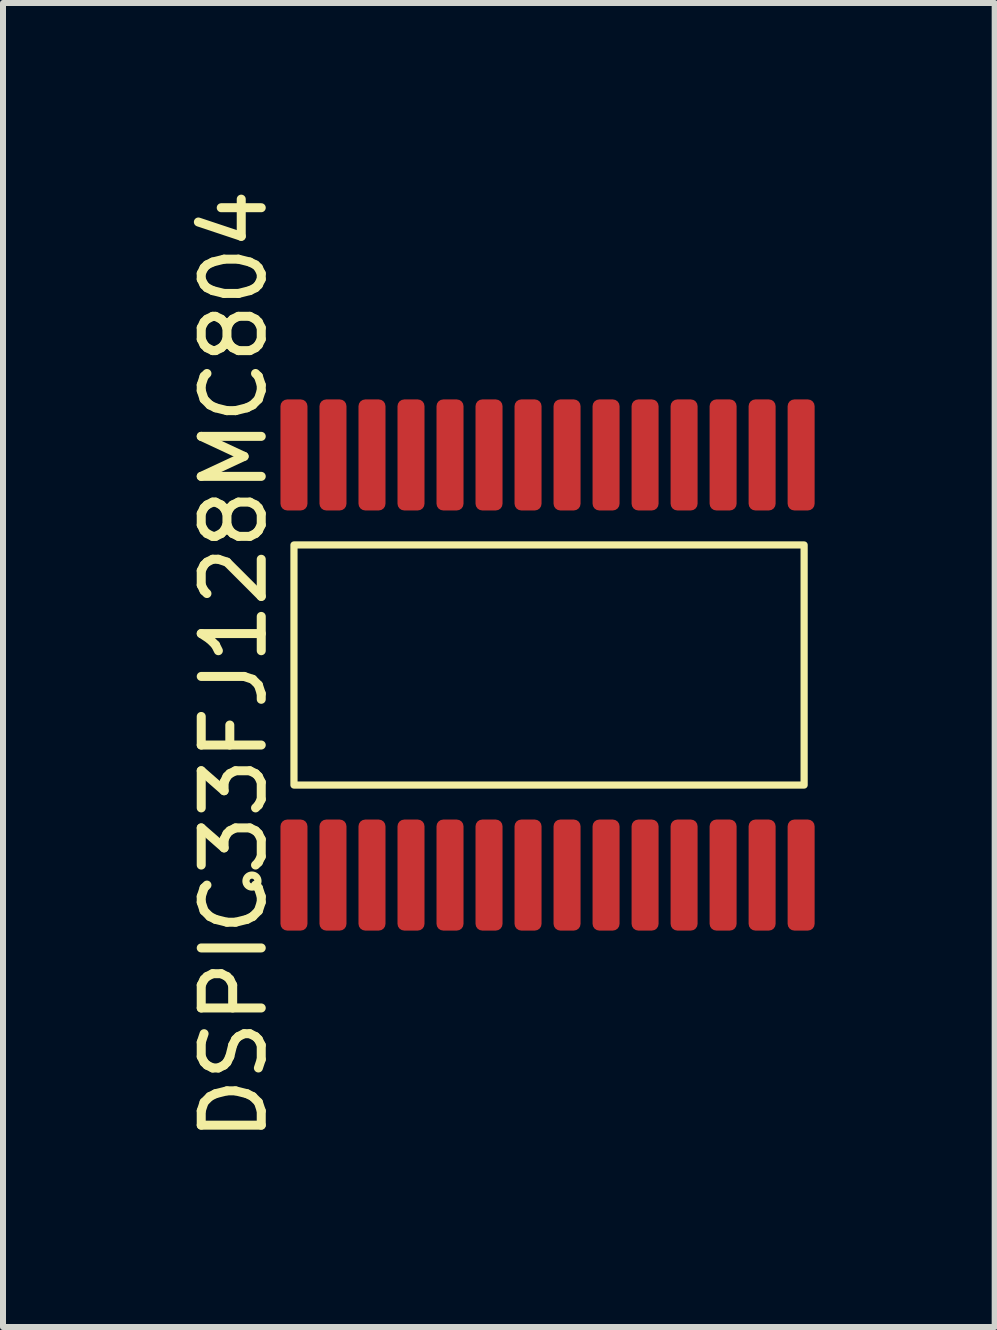
<source format=kicad_pcb>
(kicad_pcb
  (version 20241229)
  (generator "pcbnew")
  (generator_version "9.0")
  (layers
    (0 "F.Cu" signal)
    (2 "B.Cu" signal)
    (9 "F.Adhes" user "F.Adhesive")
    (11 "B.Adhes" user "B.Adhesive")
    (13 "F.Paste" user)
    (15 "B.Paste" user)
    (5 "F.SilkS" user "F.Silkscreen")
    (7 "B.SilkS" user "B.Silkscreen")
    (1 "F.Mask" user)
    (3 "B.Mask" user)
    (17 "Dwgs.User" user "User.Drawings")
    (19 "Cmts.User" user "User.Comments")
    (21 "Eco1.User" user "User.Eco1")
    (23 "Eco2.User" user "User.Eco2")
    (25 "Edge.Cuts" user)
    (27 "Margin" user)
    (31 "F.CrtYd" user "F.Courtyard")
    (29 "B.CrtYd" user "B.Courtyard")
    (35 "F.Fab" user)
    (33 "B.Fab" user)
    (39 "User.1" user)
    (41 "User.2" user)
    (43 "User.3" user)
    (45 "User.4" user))
  (footprint "DSPIC33FJ128MC804"
    (layer "F.Cu")
    (at 6.098 8.03)
    (property "Reference" "DSPIC33FJ128MC804" (at -5.25 0 90) (unlocked yes) (layer "F.SilkS") (effects (font (size 1 1) (thickness 0.15))))
    (attr smd)
    (fp_rect (start -4.25 -2) (end 4.25 2) (stroke (width 0.12) (type solid)) (fill no) (layer "F.SilkS"))
    (fp_circle (center -4.95 3.6) (end -4.95 3.5) (stroke (width 0.12) (type solid)) (fill no) (layer "F.SilkS"))
    (pad "1" smd roundrect (at -4.25 3.5) (size 0.45 1.85) (layers "F.Cu" "F.Mask" "F.Paste") (roundrect_rratio 0.25))
    (pad "2" smd roundrect (at -3.6 3.5) (size 0.45 1.85) (layers "F.Cu" "F.Mask" "F.Paste") (roundrect_rratio 0.25))
    (pad "3" smd roundrect (at -2.95 3.5) (size 0.45 1.85) (layers "F.Cu" "F.Mask" "F.Paste") (roundrect_rratio 0.25))
    (pad "4" smd roundrect (at -2.3 3.5) (size 0.45 1.85) (layers "F.Cu" "F.Mask" "F.Paste") (roundrect_rratio 0.25))
    (pad "5" smd roundrect (at -1.65 3.5) (size 0.45 1.85) (layers "F.Cu" "F.Mask" "F.Paste") (roundrect_rratio 0.25))
    (pad "6" smd roundrect (at -1 3.5) (size 0.45 1.85) (layers "F.Cu" "F.Mask" "F.Paste") (roundrect_rratio 0.25))
    (pad "7" smd roundrect (at -0.35 3.5) (size 0.45 1.85) (layers "F.Cu" "F.Mask" "F.Paste") (roundrect_rratio 0.25))
    (pad "8" smd roundrect (at 0.3 3.5) (size 0.45 1.85) (layers "F.Cu" "F.Mask" "F.Paste") (roundrect_rratio 0.25))
    (pad "9" smd roundrect (at 0.95 3.5) (size 0.45 1.85) (layers "F.Cu" "F.Mask" "F.Paste") (roundrect_rratio 0.25))
    (pad "10" smd roundrect (at 1.6 3.5) (size 0.45 1.85) (layers "F.Cu" "F.Mask" "F.Paste") (roundrect_rratio 0.25))
    (pad "11" smd roundrect (at 2.25 3.5) (size 0.45 1.85) (layers "F.Cu" "F.Mask" "F.Paste") (roundrect_rratio 0.25))
    (pad "12" smd roundrect (at 2.9 3.5) (size 0.45 1.85) (layers "F.Cu" "F.Mask" "F.Paste") (roundrect_rratio 0.25))
    (pad "13" smd roundrect (at 3.55 3.5) (size 0.45 1.85) (layers "F.Cu" "F.Mask" "F.Paste") (roundrect_rratio 0.25))
    (pad "14" smd roundrect (at 4.2 3.5) (size 0.45 1.85) (layers "F.Cu" "F.Mask" "F.Paste") (roundrect_rratio 0.25))
    (pad "15" smd roundrect (at 4.2 -3.5) (size 0.45 1.85) (layers "F.Cu" "F.Mask" "F.Paste") (roundrect_rratio 0.25))
    (pad "16" smd roundrect (at 3.55 -3.5) (size 0.45 1.85) (layers "F.Cu" "F.Mask" "F.Paste") (roundrect_rratio 0.25))
    (pad "17" smd roundrect (at 2.9 -3.5) (size 0.45 1.85) (layers "F.Cu" "F.Mask" "F.Paste") (roundrect_rratio 0.25))
    (pad "18" smd roundrect (at 2.25 -3.5) (size 0.45 1.85) (layers "F.Cu" "F.Mask" "F.Paste") (roundrect_rratio 0.25))
    (pad "19" smd roundrect (at 1.6 -3.5) (size 0.45 1.85) (layers "F.Cu" "F.Mask" "F.Paste") (roundrect_rratio 0.25))
    (pad "20" smd roundrect (at 0.95 -3.5) (size 0.45 1.85) (layers "F.Cu" "F.Mask" "F.Paste") (roundrect_rratio 0.25))
    (pad "21" smd roundrect (at 0.3 -3.5) (size 0.45 1.85) (layers "F.Cu" "F.Mask" "F.Paste") (roundrect_rratio 0.25))
    (pad "22" smd roundrect (at -0.35 -3.5) (size 0.45 1.85) (layers "F.Cu" "F.Mask" "F.Paste") (roundrect_rratio 0.25))
    (pad "23" smd roundrect (at -1 -3.5) (size 0.45 1.85) (layers "F.Cu" "F.Mask" "F.Paste") (roundrect_rratio 0.25))
    (pad "24" smd roundrect (at -1.65 -3.5) (size 0.45 1.85) (layers "F.Cu" "F.Mask" "F.Paste") (roundrect_rratio 0.25))
    (pad "25" smd roundrect (at -2.3 -3.5) (size 0.45 1.85) (layers "F.Cu" "F.Mask" "F.Paste") (roundrect_rratio 0.25))
    (pad "26" smd roundrect (at -2.95 -3.5) (size 0.45 1.85) (layers "F.Cu" "F.Mask" "F.Paste") (roundrect_rratio 0.25))
    (pad "27" smd roundrect (at -3.6 -3.5) (size 0.45 1.85) (layers "F.Cu" "F.Mask" "F.Paste") (roundrect_rratio 0.25))
    (pad "28" smd roundrect (at -4.25 -3.5) (size 0.45 1.85) (layers "F.Cu" "F.Mask" "F.Paste") (roundrect_rratio 0.25)))
  (gr_rect
    (start -3 -3)
    (end 13.523 19.06)
    (stroke (width 0.1) (type default))
    (fill no)
    (layer "Edge.Cuts")))
</source>
